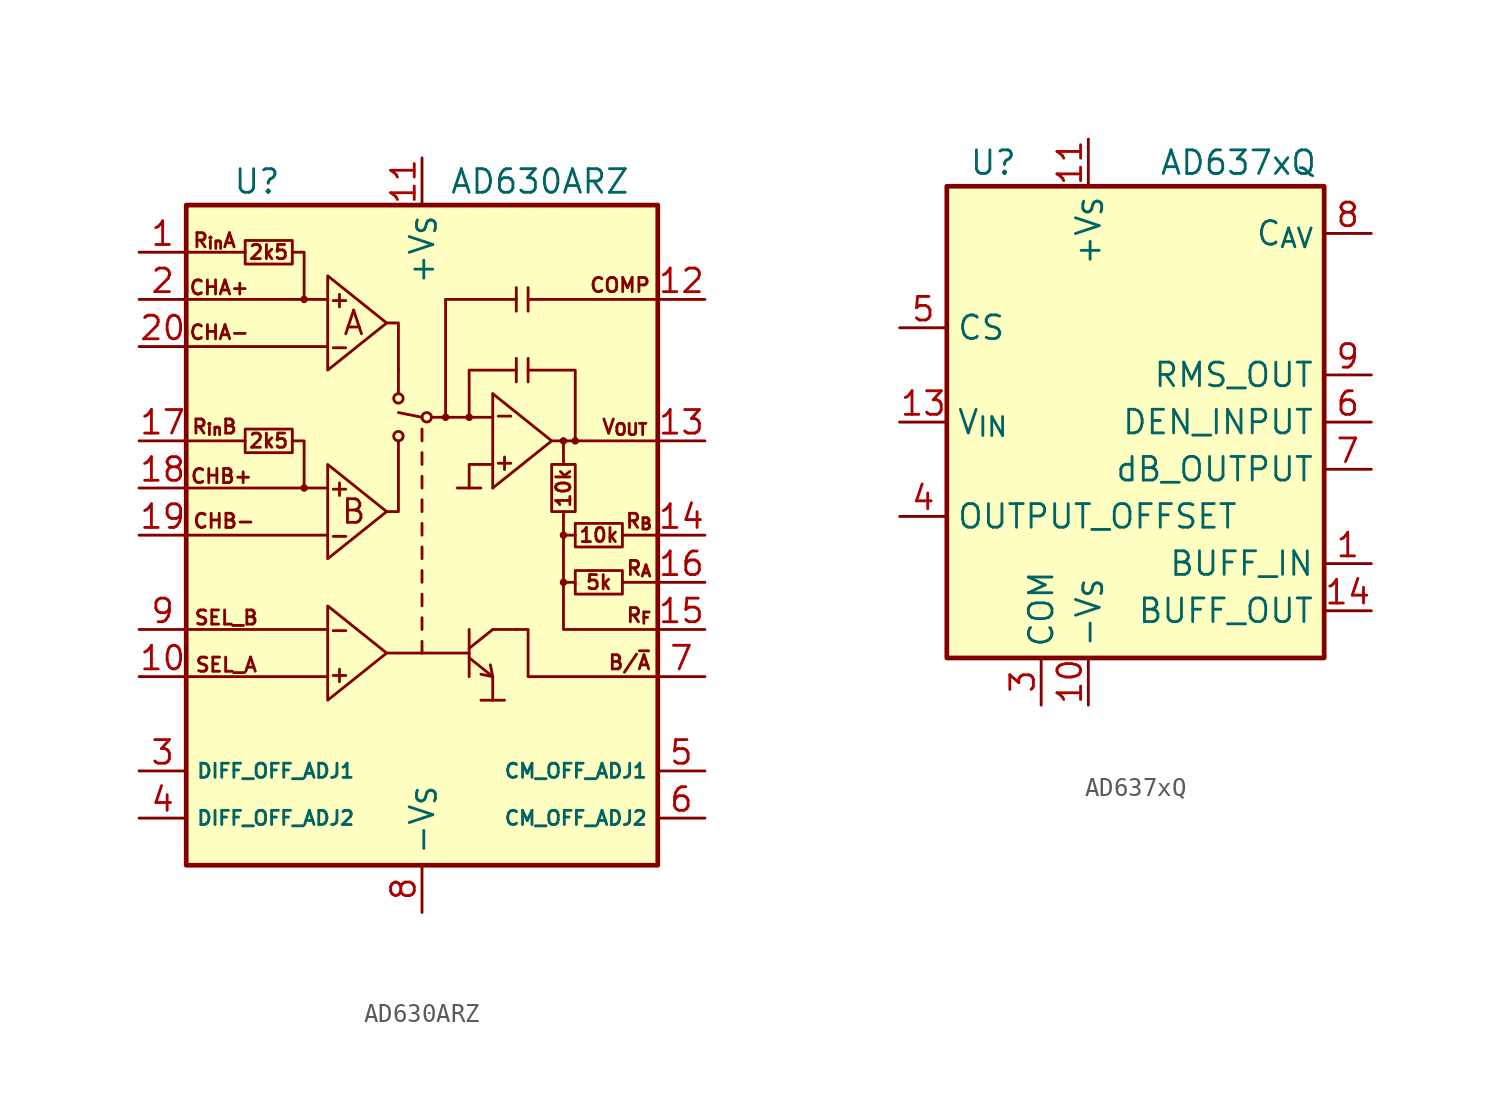
<source format=kicad_sym>
(kicad_symbol_lib
  (version 20241209)
  (generator "kicad_symbol_editor")
  (generator_version "9.0")
  (symbol "AD630ARZ"
    (property "Reference" "U"
      (at -8.89 19.05 0)
      (effects (font (size 1.27 1.27))))
    (property "Value" "AD630ARZ"
      (at 6.35 19.05 0)
      (effects (font (size 1.27 1.27))))
    (symbol "AD630ARZ_0_0"
      (text "R_{in}A" (at -11.176 15.875 0) (effects (font (size 0.762 0.762))))
      (text "R_{in}B" (at -11.176 5.842 0) (effects (font (size 0.762 0.762))))
      (text "CHA+" (at -10.922 13.335 0) (effects (font (size 0.762 0.762))))
      (text "CHA-" (at -10.922 10.922 0) (effects (font (size 0.762 0.762))))
      (text "CHB+" (at -10.795 3.175 0) (effects (font (size 0.762 0.762))))
      (text "CHB-" (at -10.668 0.762 0) (effects (font (size 0.762 0.762))))
      (text "SEL_B" (at -10.541 -4.445 0) (effects (font (size 0.762 0.762))))
      (text "SEL_A" (at -10.541 -6.985 0) (effects (font (size 0.762 0.762))))
      (text "2k5" (at -8.255 15.24 0) (effects (font (size 0.762 0.762))))
      (text "2k5" (at -8.255 5.08 0) (effects (font (size 0.762 0.762))))
      (text "+" (at -4.445 12.7 0) (effects (font (size 0.889 0.889))))
      (text "-" (at -4.445 10.16 0) (effects (font (size 0.889 0.889))))
      (text "+" (at -4.445 2.54 0) (effects (font (size 0.889 0.889))))
      (text "-" (at -4.445 0 0) (effects (font (size 0.889 0.889))))
      (text "-" (at -4.445 -5.08 0) (effects (font (size 0.889 0.889))))
      (text "+" (at -4.445 -7.493 0) (effects (font (size 0.889 0.889))))
      (text "A" (at -3.683 11.43 0) (effects (font (size 1.27 1.27))))
      (text "B" (at -3.683 1.27 0) (effects (font (size 1.27 1.27))))
      (text "-" (at 4.445 6.477 0) (effects (font (size 0.889 0.889))))
      (text "+" (at 4.445 3.937 0) (effects (font (size 0.889 0.889))))
      (text "10k" (at 7.62 2.54 900) (effects (font (size 0.762 0.762))))
      (text "10k" (at 9.525 0 0) (effects (font (size 0.762 0.762))))
      (text "5k" (at 9.525 -2.54 0) (effects (font (size 0.762 0.762))))
      (text "COMP" (at 10.668 13.462 0) (effects (font (size 0.762 0.762))))
      (text "V_{OUT}" (at 10.922 5.842 0) (effects (font (size 0.762 0.762))))
      (text "B/~{A}" (at 11.176 -6.858 0) (effects (font (size 0.762 0.762))))
      (text "R_{B}" (at 11.684 0.762 0) (effects (font (size 0.762 0.762))))
      (text "R_{A}" (at 11.684 -1.778 0) (effects (font (size 0.762 0.762))))
      (text "R_{F}" (at 11.684 -4.318 0) (effects (font (size 0.762 0.762)))))
    (symbol "AD630ARZ_0_1"
      (rectangle (start -12.7 17.78) (end 12.7 -17.78) (stroke (width 0.254) (type default)) (fill (type background)))
      (polyline (pts (xy -12.7 15.24) (xy -9.525 15.24)) (stroke (width 0) (type default)) (fill (type none)))
      (polyline (pts (xy -12.7 10.16) (xy -5.08 10.16)) (stroke (width 0) (type default)) (fill (type none)))
      (polyline (pts (xy -12.7 5.08) (xy -9.525 5.08)) (stroke (width 0) (type default)) (fill (type none)))
      (polyline (pts (xy -12.7 0) (xy -5.08 0)) (stroke (width 0) (type default)) (fill (type none)))
      (polyline (pts (xy -12.7 -5.08) (xy -5.08 -5.08)) (stroke (width 0) (type default)) (fill (type none)))
      (polyline (pts (xy -12.7 -7.62) (xy -5.08 -7.62)) (stroke (width 0) (type default)) (fill (type none)))
      (polyline (pts (xy -9.525 15.875) (xy -9.525 14.605) (xy -6.985 14.605) (xy -6.985 15.875) (xy -9.525 15.875)) (stroke (width 0) (type default)) (fill (type none)))
      (polyline (pts (xy -9.525 5.715) (xy -9.525 4.445) (xy -6.985 4.445) (xy -6.985 5.715) (xy -9.525 5.715)) (stroke (width 0) (type default)) (fill (type none)))
      (polyline (pts (xy -6.985 15.24) (xy -6.35 15.24) (xy -6.35 12.7) (xy -12.7 12.7)) (stroke (width 0) (type default)) (fill (type none)))
      (polyline (pts (xy -6.985 5.08) (xy -6.35 5.08) (xy -6.35 2.54) (xy -12.7 2.54)) (stroke (width 0) (type default)) (fill (type none)))
      (circle (center -6.35 12.7) (radius 0.127) (stroke (width 0) (type default)) (fill (type none)))
      (polyline (pts (xy -6.35 12.7) (xy -5.08 12.7)) (stroke (width 0) (type default)) (fill (type none)))
      (circle (center -6.35 2.54) (radius 0.127) (stroke (width 0) (type default)) (fill (type none)))
      (polyline (pts (xy -6.35 2.54) (xy -5.715 2.54) (xy -5.08 2.54)) (stroke (width 0) (type default)) (fill (type none)))
      (polyline (pts (xy -5.08 13.97) (xy -5.08 8.89) (xy -1.905 11.43) (xy -5.08 13.97)) (stroke (width 0) (type default)) (fill (type none)))
      (polyline (pts (xy -5.08 3.81) (xy -5.08 -1.27) (xy -1.905 1.27) (xy -5.08 3.81)) (stroke (width 0) (type default)) (fill (type none)))
      (polyline (pts (xy -5.08 -3.81) (xy -5.08 -8.89) (xy -1.905 -6.35) (xy -5.08 -3.81)) (stroke (width 0) (type default)) (fill (type none)))
      (polyline (pts (xy -1.905 11.43) (xy -1.27 11.43) (xy -1.27 8.89)) (stroke (width 0) (type default)) (fill (type none)))
      (polyline (pts (xy -1.905 1.27) (xy -1.27 1.27) (xy -1.27 5.08)) (stroke (width 0) (type default)) (fill (type none)))
      (polyline (pts (xy -1.905 -6.35) (xy 0 -6.35)) (stroke (width 0) (type default)) (fill (type none)))
      (polyline (pts (xy -1.27 8.89) (xy -1.27 7.62)) (stroke (width 0) (type default)) (fill (type none)))
      (circle (center -1.27 7.366) (radius 0.254) (stroke (width 0) (type default)) (fill (type none)))
      (circle (center -1.27 5.334) (radius 0.254) (stroke (width 0) (type default)) (fill (type none)))
      (polyline (pts (xy 0 6.35) (xy -1.27 6.604)) (stroke (width 0) (type default)) (fill (type none)))
      (polyline (pts (xy 0 5.715) (xy 0 5.08)) (stroke (width 0) (type default)) (fill (type none)))
      (polyline (pts (xy 0 4.445) (xy 0 3.81)) (stroke (width 0) (type default)) (fill (type none)))
      (polyline (pts (xy 0 3.175) (xy 0 2.54)) (stroke (width 0) (type default)) (fill (type none)))
      (polyline (pts (xy 0 1.905) (xy 0 1.27)) (stroke (width 0) (type default)) (fill (type none)))
      (polyline (pts (xy 0 0.635) (xy 0 0)) (stroke (width 0) (type default)) (fill (type none)))
      (polyline (pts (xy 0 -0.635) (xy 0 -1.27)) (stroke (width 0) (type default)) (fill (type none)))
      (polyline (pts (xy 0 -1.905) (xy 0 -2.54)) (stroke (width 0) (type default)) (fill (type none)))
      (polyline (pts (xy 0 -3.175) (xy 0 -3.81)) (stroke (width 0) (type default)) (fill (type none)))
      (polyline (pts (xy 0 -4.445) (xy 0 -5.08)) (stroke (width 0) (type default)) (fill (type none)))
      (polyline (pts (xy 0 -5.715) (xy 0 -6.35)) (stroke (width 0) (type default)) (fill (type none)))
      (polyline (pts (xy 0 -6.35) (xy 2.54 -6.35)) (stroke (width 0) (type default)) (fill (type none)))
      (circle (center 0.254 6.35) (radius 0.254) (stroke (width 0) (type default)) (fill (type none)))
      (polyline (pts (xy 1.27 12.7) (xy 5.08 12.7) (xy 5.08 13.335)) (stroke (width 0) (type default)) (fill (type none)))
      (polyline (pts (xy 1.27 6.35) (xy 0.508 6.35)) (stroke (width 0) (type default)) (fill (type none)))
      (polyline (pts (xy 1.27 6.35) (xy 1.27 12.7)) (stroke (width 0) (type default)) (fill (type none)))
      (polyline (pts (xy 1.27 6.35) (xy 3.81 6.35)) (stroke (width 0) (type default)) (fill (type none)))
      (circle (center 1.27 6.35) (radius 0.127) (stroke (width 0) (type default)) (fill (type none)))
      (polyline (pts (xy 1.905 2.54) (xy 3.175 2.54)) (stroke (width 0) (type default)) (fill (type none)))
      (polyline (pts (xy 2.54 6.35) (xy 2.54 8.89) (xy 5.08 8.89)) (stroke (width 0) (type default)) (fill (type none)))
      (circle (center 2.54 6.35) (radius 0.127) (stroke (width 0) (type default)) (fill (type none)))
      (polyline (pts (xy 2.54 -5.08) (xy 2.54 -7.62)) (stroke (width 0) (type default)) (fill (type none)))
      (polyline (pts (xy 2.54 -6.096) (xy 3.81 -5.08)) (stroke (width 0) (type default)) (fill (type none)))
      (polyline (pts (xy 2.54 -6.604) (xy 3.81 -7.62)) (stroke (width 0) (type default)) (fill (type none)))
      (polyline (pts (xy 3.683 -6.985) (xy 3.81 -7.62) (xy 3.175 -7.493)) (stroke (width 0) (type default)) (fill (type none)))
      (polyline (pts (xy 3.81 7.62) (xy 3.81 2.54)) (stroke (width 0) (type default)) (fill (type none)))
      (polyline (pts (xy 3.81 7.62) (xy 6.985 5.08) (xy 3.81 2.54)) (stroke (width 0) (type default)) (fill (type none)))
      (polyline (pts (xy 3.81 3.81) (xy 2.54 3.81) (xy 2.54 2.54)) (stroke (width 0) (type default)) (fill (type none)))
      (polyline (pts (xy 3.81 -5.08) (xy 5.08 -5.08)) (stroke (width 0) (type default)) (fill (type none)))
      (polyline (pts (xy 3.81 -7.62) (xy 3.81 -8.89) (xy 3.175 -8.89)) (stroke (width 0) (type default)) (fill (type none)))
      (polyline (pts (xy 3.81 -8.89) (xy 4.445 -8.89)) (stroke (width 0) (type default)) (fill (type none)))
      (polyline (pts (xy 5.08 12.065) (xy 5.08 12.7)) (stroke (width 0) (type default)) (fill (type none)))
      (polyline (pts (xy 5.08 9.525) (xy 5.08 8.255)) (stroke (width 0) (type default)) (fill (type none)))
      (polyline (pts (xy 5.08 -5.08) (xy 5.715 -5.08) (xy 5.715 -7.62) (xy 12.7 -7.62)) (stroke (width 0) (type default)) (fill (type none)))
      (polyline (pts (xy 5.715 13.335) (xy 5.715 12.065)) (stroke (width 0) (type default)) (fill (type none)))
      (polyline (pts (xy 5.715 12.7) (xy 12.7 12.7)) (stroke (width 0) (type default)) (fill (type none)))
      (polyline (pts (xy 5.715 9.525) (xy 5.715 8.255)) (stroke (width 0) (type default)) (fill (type none)))
      (polyline (pts (xy 5.715 8.89) (xy 8.255 8.89) (xy 8.255 5.08)) (stroke (width 0) (type default)) (fill (type none)))
      (polyline (pts (xy 6.985 3.81) (xy 8.255 3.81) (xy 8.255 1.27) (xy 6.985 1.27) (xy 6.985 3.81)) (stroke (width 0) (type default)) (fill (type none)))
      (polyline (pts (xy 7.62 5.08) (xy 12.7 5.08)) (stroke (width 0) (type default)) (fill (type none)))
      (circle (center 7.62 5.08) (radius 0.127) (stroke (width 0) (type default)) (fill (type none)))
      (polyline (pts (xy 7.62 3.81) (xy 7.62 5.08) (xy 6.985 5.08)) (stroke (width 0) (type default)) (fill (type none)))
      (polyline (pts (xy 7.62 1.27) (xy 7.62 -2.54)) (stroke (width 0) (type default)) (fill (type none)))
      (circle (center 7.62 0) (radius 0.127) (stroke (width 0) (type default)) (fill (type none)))
      (polyline (pts (xy 7.62 -2.54) (xy 7.62 -5.08) (xy 12.7 -5.08)) (stroke (width 0) (type default)) (fill (type none)))
      (circle (center 7.62 -2.54) (radius 0.127) (stroke (width 0) (type default)) (fill (type none)))
      (circle (center 8.255 5.08) (radius 0.127) (stroke (width 0) (type default)) (fill (type none)))
      (polyline (pts (xy 8.255 0.635) (xy 8.255 -0.635) (xy 10.795 -0.635) (xy 10.795 0.635) (xy 8.255 0.635)) (stroke (width 0) (type default)) (fill (type none)))
      (polyline (pts (xy 8.255 0) (xy 7.62 0)) (stroke (width 0) (type default)) (fill (type none)))
      (polyline (pts (xy 8.255 -1.905) (xy 8.255 -3.175) (xy 10.795 -3.175) (xy 10.795 -1.905) (xy 8.255 -1.905)) (stroke (width 0) (type default)) (fill (type none)))
      (polyline (pts (xy 8.255 -2.54) (xy 7.62 -2.54)) (stroke (width 0) (type default)) (fill (type none)))
      (polyline (pts (xy 10.795 0) (xy 12.7 0)) (stroke (width 0) (type default)) (fill (type none)))
      (polyline (pts (xy 10.795 -2.54) (xy 12.7 -2.54)) (stroke (width 0) (type default)) (fill (type none))))
    (symbol "AD630ARZ_1_1"
      (pin input line (at -15.24 15.24 0) (length 2.54) (name "R_{in}A" (effects (font (size 0 0)))) (number "1" (effects (font (size 1.27 1.27)))))
      (pin input line (at -15.24 12.7 0) (length 2.54) (name "CHA+" (effects (font (size 0 0)))) (number "2" (effects (font (size 1.27 1.27)))))
      (pin input line (at -15.24 10.16 0) (length 2.54) (name "CHA-" (effects (font (size 0 0)))) (number "20" (effects (font (size 1.27 1.27)))))
      (pin input line (at -15.24 5.08 0) (length 2.54) (name "R_{in}B" (effects (font (size 0 0)))) (number "17" (effects (font (size 1.27 1.27)))))
      (pin input line (at -15.24 2.54 0) (length 2.54) (name "CHB+" (effects (font (size 0 0)))) (number "18" (effects (font (size 1.27 1.27)))))
      (pin input line (at -15.24 0 0) (length 2.54) (name "CHB-" (effects (font (size 0 0)))) (number "19" (effects (font (size 1.27 1.27)))))
      (pin input line (at -15.24 -5.08 0) (length 2.54) (name "SEL_B" (effects (font (size 0 0)))) (number "9" (effects (font (size 1.27 1.27)))))
      (pin input line (at -15.24 -7.62 0) (length 2.54) (name "SEL_A" (effects (font (size 0 0)))) (number "10" (effects (font (size 1.27 1.27)))))
      (pin passive line (at -15.24 -12.7 0) (length 2.54) (name "DIFF_OFF_ADJ1" (effects (font (size 0.762 0.762)))) (number "3" (effects (font (size 1.27 1.27)))))
      (pin passive line (at -15.24 -15.24 0) (length 2.54) (name "DIFF_OFF_ADJ2" (effects (font (size 0.762 0.762)))) (number "4" (effects (font (size 1.27 1.27)))))
      (pin power_in line (at 0 20.32 270) (length 2.54) (name "+V_{S}" (effects (font (size 1.27 1.27)))) (number "11" (effects (font (size 1.27 1.27)))))
      (pin power_in line (at 0 -20.32 90) (length 2.54) (name "-V_{S}" (effects (font (size 1.27 1.27)))) (number "8" (effects (font (size 1.27 1.27)))))
      (pin passive line (at 15.24 12.7 180) (length 2.54) (name "COMP" (effects (font (size 0 0)))) (number "12" (effects (font (size 1.27 1.27)))))
      (pin output line (at 15.24 5.08 180) (length 2.54) (name "V_{OUT}" (effects (font (size 0 0)))) (number "13" (effects (font (size 1.27 1.27)))))
      (pin output line (at 15.24 0 180) (length 2.54) (name "R_{B}" (effects (font (size 0 0)))) (number "14" (effects (font (size 1.27 1.27)))))
      (pin output line (at 15.24 -2.54 180) (length 2.54) (name "R_{A}" (effects (font (size 0 0)))) (number "16" (effects (font (size 1.27 1.27)))))
      (pin output line (at 15.24 -5.08 180) (length 2.54) (name "R_{F}" (effects (font (size 0 0)))) (number "15" (effects (font (size 1.27 1.27)))))
      (pin open_collector line (at 15.24 -7.62 180) (length 2.54) (name "B/~{A}" (effects (font (size 0 0)))) (number "7" (effects (font (size 1.27 1.27)))))
      (pin passive line (at 15.24 -12.7 180) (length 2.54) (name "CM_OFF_ADJ1" (effects (font (size 0.762 0.762)))) (number "5" (effects (font (size 1.27 1.27)))))
      (pin passive line (at 15.24 -15.24 180) (length 2.54) (name "CM_OFF_ADJ2" (effects (font (size 0.762 0.762)))) (number "6" (effects (font (size 1.27 1.27)))))))
  (symbol "AD637xQ"
    (property "Reference" "U"
      (at -6.35 13.97 0)
      (effects (font (size 1.27 1.27)) (justify right)))
    (property "Value" "AD637xQ"
      (at 1.27 13.97 0)
      (effects (font (size 1.27 1.27)) (justify left)))
    (symbol "AD637xQ_0_1"
      (rectangle (start -10.16 12.7) (end 10.16 -12.7) (stroke (width 0.254) (type default)) (fill (type background))))
    (symbol "AD637xQ_1_1"
      (pin input line (at -12.7 5.08 0) (length 2.54) (name "CS" (effects (font (size 1.27 1.27)))) (number "5" (effects (font (size 1.27 1.27)))))
      (pin input line (at -12.7 0 0) (length 2.54) (name "V_{IN}" (effects (font (size 1.27 1.27)))) (number "13" (effects (font (size 1.27 1.27)))))
      (pin input line (at -12.7 -5.08 0) (length 2.54) (name "OUTPUT_OFFSET" (effects (font (size 1.27 1.27)))) (number "4" (effects (font (size 1.27 1.27)))))
      (pin no_connect line (at -10.16 7.62 0) (length 2.54) hide (name "NIC" (effects (font (size 1.27 1.27)))) (number "2" (effects (font (size 1.27 1.27)))))
      (pin no_connect line (at -10.16 -7.62 0) (length 2.54) hide (name "NIC" (effects (font (size 1.27 1.27)))) (number "12" (effects (font (size 1.27 1.27)))))
      (pin power_in line (at -5.08 -15.24 90) (length 2.54) (name "COM" (effects (font (size 1.27 1.27)))) (number "3" (effects (font (size 1.27 1.27)))))
      (pin power_in line (at -2.54 15.24 270) (length 2.54) (name "+V_{S}" (effects (font (size 1.27 1.27)))) (number "11" (effects (font (size 1.27 1.27)))))
      (pin power_in line (at -2.54 -15.24 90) (length 2.54) (name "-V_{S}" (effects (font (size 1.27 1.27)))) (number "10" (effects (font (size 1.27 1.27)))))
      (pin passive line (at 12.7 10.16 180) (length 2.54) (name "C_{AV}" (effects (font (size 1.27 1.27)))) (number "8" (effects (font (size 1.27 1.27)))))
      (pin output line (at 12.7 2.54 180) (length 2.54) (name "RMS_OUT" (effects (font (size 1.27 1.27)))) (number "9" (effects (font (size 1.27 1.27)))))
      (pin input line (at 12.7 0 180) (length 2.54) (name "DEN_INPUT" (effects (font (size 1.27 1.27)))) (number "6" (effects (font (size 1.27 1.27)))))
      (pin passive line (at 12.7 -2.54 180) (length 2.54) (name "dB_OUTPUT" (effects (font (size 1.27 1.27)))) (number "7" (effects (font (size 1.27 1.27)))))
      (pin input line (at 12.7 -7.62 180) (length 2.54) (name "BUFF_IN" (effects (font (size 1.27 1.27)))) (number "1" (effects (font (size 1.27 1.27)))))
      (pin output line (at 12.7 -10.16 180) (length 2.54) (name "BUFF_OUT" (effects (font (size 1.27 1.27)))) (number "14" (effects (font (size 1.27 1.27))))))))
</source>
